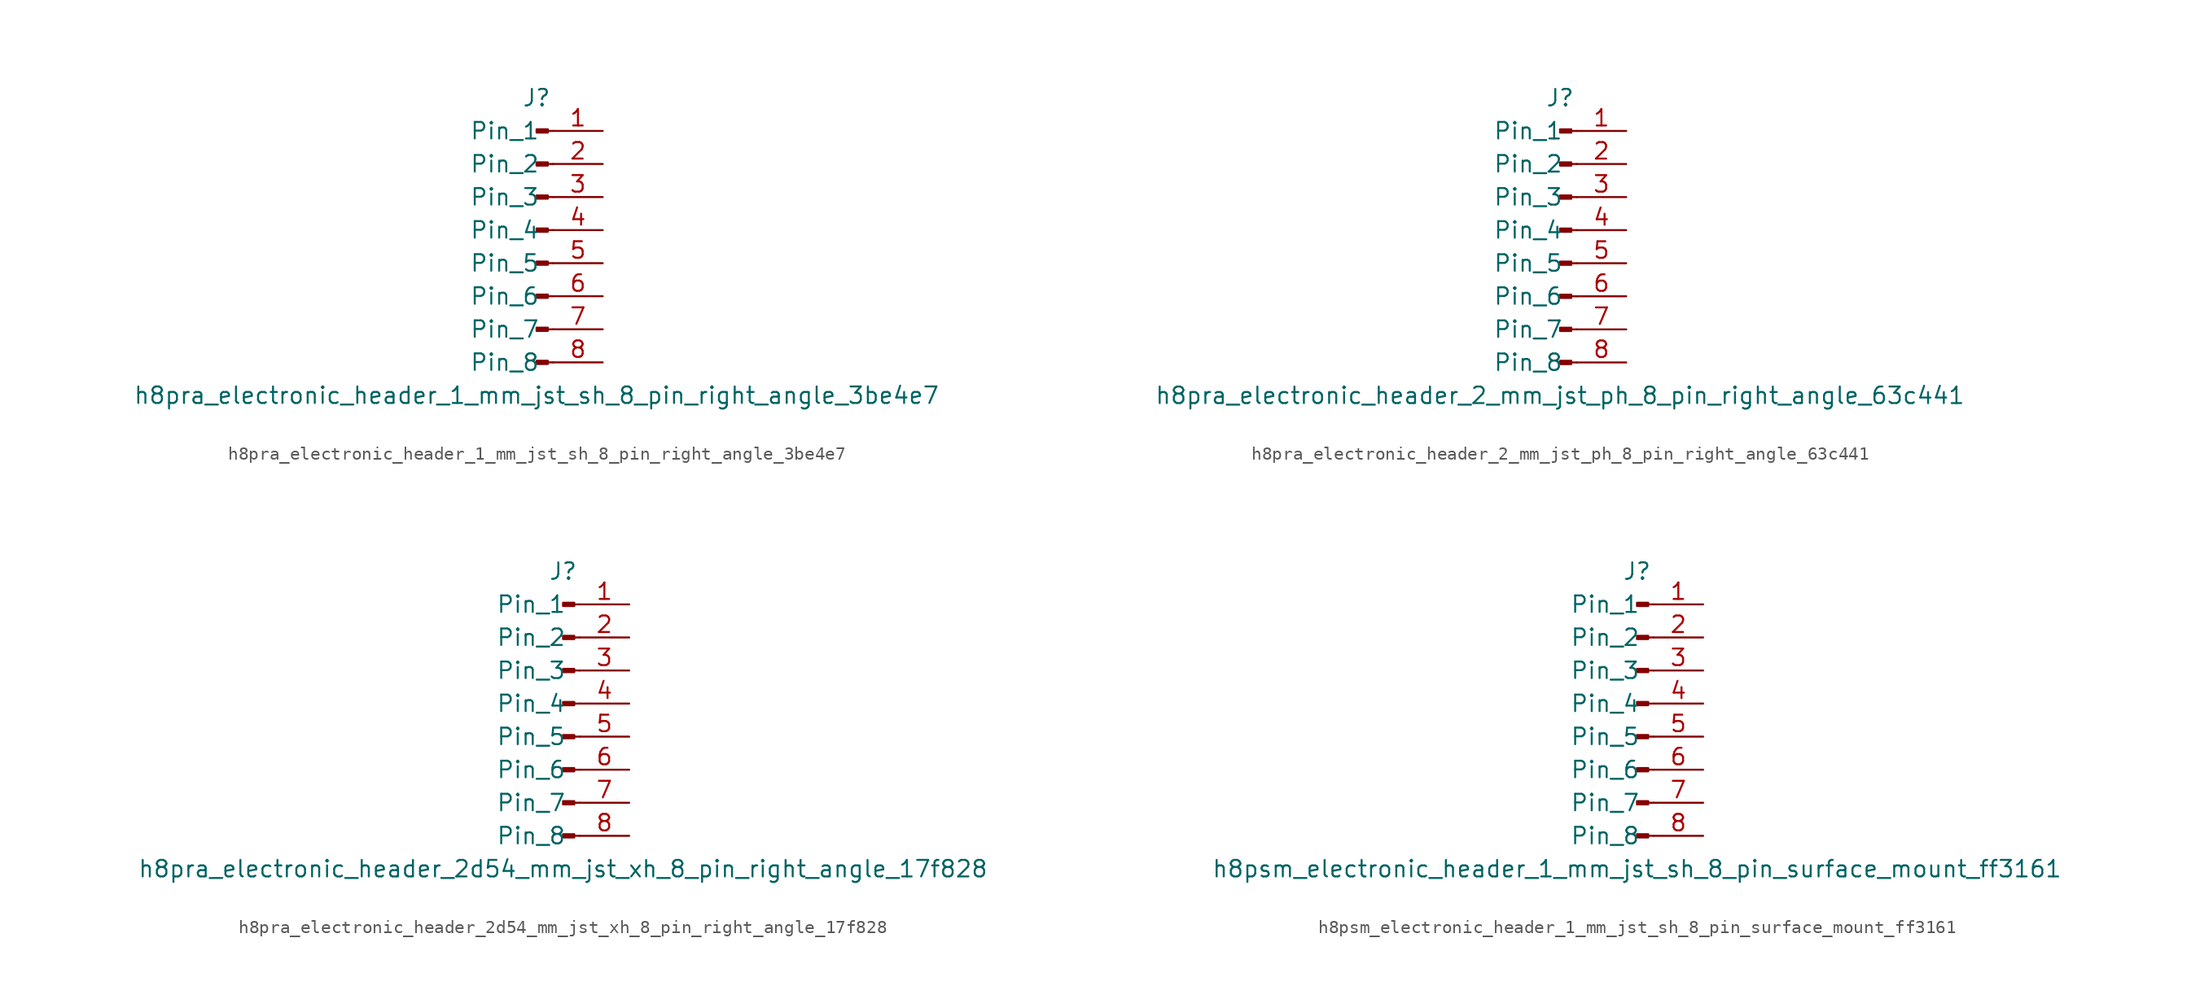
<source format=kicad_sym>
(kicad_symbol_lib
  (version 20220914)
  (generator kicad_symbol_editor)
  (symbol "h8pra_electronic_header_1_mm_jst_sh_8_pin_right_angle_3be4e7"
    (pin_names
      (offset 1.016))
    (property "Reference" "J"
      (at 0 10.16 0)
      (effects (font (size 1.27 1.27))))
    (property "Value" "h8pra_electronic_header_1_mm_jst_sh_8_pin_right_angle_3be4e7"
      (at 0 -12.7 0)
      (effects (font (size 1.27 1.27))))
    (property "ki_locked" ""
      (at 0 0 0)
      (effects (font (size 1.27 1.27))))
    (symbol "h8pra_electronic_header_1_mm_jst_sh_8_pin_right_angle_3be4e7_1_1"
      (polyline (pts (xy 1.27 -10.16) (xy 0.864 -10.16)) (stroke (width 0.152) (type default)) (fill (type none)))
      (polyline (pts (xy 1.27 -7.62) (xy 0.864 -7.62)) (stroke (width 0.152) (type default)) (fill (type none)))
      (polyline (pts (xy 1.27 -5.08) (xy 0.864 -5.08)) (stroke (width 0.152) (type default)) (fill (type none)))
      (polyline (pts (xy 1.27 -2.54) (xy 0.864 -2.54)) (stroke (width 0.152) (type default)) (fill (type none)))
      (polyline (pts (xy 1.27 0) (xy 0.864 0)) (stroke (width 0.152) (type default)) (fill (type none)))
      (polyline (pts (xy 1.27 2.54) (xy 0.864 2.54)) (stroke (width 0.152) (type default)) (fill (type none)))
      (polyline (pts (xy 1.27 5.08) (xy 0.864 5.08)) (stroke (width 0.152) (type default)) (fill (type none)))
      (polyline (pts (xy 1.27 7.62) (xy 0.864 7.62)) (stroke (width 0.152) (type default)) (fill (type none)))
      (rectangle (start 0.864 -10.033) (end 0 -10.287) (stroke (width 0.152) (type default)) (fill (type outline)))
      (rectangle (start 0.864 -7.493) (end 0 -7.747) (stroke (width 0.152) (type default)) (fill (type outline)))
      (rectangle (start 0.864 -4.953) (end 0 -5.207) (stroke (width 0.152) (type default)) (fill (type outline)))
      (rectangle (start 0.864 -2.413) (end 0 -2.667) (stroke (width 0.152) (type default)) (fill (type outline)))
      (rectangle (start 0.864 0.127) (end 0 -0.127) (stroke (width 0.152) (type default)) (fill (type outline)))
      (rectangle (start 0.864 2.667) (end 0 2.413) (stroke (width 0.152) (type default)) (fill (type outline)))
      (rectangle (start 0.864 5.207) (end 0 4.953) (stroke (width 0.152) (type default)) (fill (type outline)))
      (rectangle (start 0.864 7.747) (end 0 7.493) (stroke (width 0.152) (type default)) (fill (type outline)))
      (pin passive line (at 5.08 7.62 180) (length 3.81) (name "Pin_1" (effects (font (size 1.27 1.27)))) (number "1" (effects (font (size 1.27 1.27)))))
      (pin passive line (at 5.08 5.08 180) (length 3.81) (name "Pin_2" (effects (font (size 1.27 1.27)))) (number "2" (effects (font (size 1.27 1.27)))))
      (pin passive line (at 5.08 2.54 180) (length 3.81) (name "Pin_3" (effects (font (size 1.27 1.27)))) (number "3" (effects (font (size 1.27 1.27)))))
      (pin passive line (at 5.08 0 180) (length 3.81) (name "Pin_4" (effects (font (size 1.27 1.27)))) (number "4" (effects (font (size 1.27 1.27)))))
      (pin passive line (at 5.08 -2.54 180) (length 3.81) (name "Pin_5" (effects (font (size 1.27 1.27)))) (number "5" (effects (font (size 1.27 1.27)))))
      (pin passive line (at 5.08 -5.08 180) (length 3.81) (name "Pin_6" (effects (font (size 1.27 1.27)))) (number "6" (effects (font (size 1.27 1.27)))))
      (pin passive line (at 5.08 -7.62 180) (length 3.81) (name "Pin_7" (effects (font (size 1.27 1.27)))) (number "7" (effects (font (size 1.27 1.27)))))
      (pin passive line (at 5.08 -10.16 180) (length 3.81) (name "Pin_8" (effects (font (size 1.27 1.27)))) (number "8" (effects (font (size 1.27 1.27)))))))
  (symbol "h8pra_electronic_header_2_mm_jst_ph_8_pin_right_angle_63c441"
    (pin_names
      (offset 1.016))
    (property "Reference" "J"
      (at 0 10.16 0)
      (effects (font (size 1.27 1.27))))
    (property "Value" "h8pra_electronic_header_2_mm_jst_ph_8_pin_right_angle_63c441"
      (at 0 -12.7 0)
      (effects (font (size 1.27 1.27))))
    (property "ki_locked" ""
      (at 0 0 0)
      (effects (font (size 1.27 1.27))))
    (symbol "h8pra_electronic_header_2_mm_jst_ph_8_pin_right_angle_63c441_1_1"
      (polyline (pts (xy 1.27 -10.16) (xy 0.864 -10.16)) (stroke (width 0.152) (type default)) (fill (type none)))
      (polyline (pts (xy 1.27 -7.62) (xy 0.864 -7.62)) (stroke (width 0.152) (type default)) (fill (type none)))
      (polyline (pts (xy 1.27 -5.08) (xy 0.864 -5.08)) (stroke (width 0.152) (type default)) (fill (type none)))
      (polyline (pts (xy 1.27 -2.54) (xy 0.864 -2.54)) (stroke (width 0.152) (type default)) (fill (type none)))
      (polyline (pts (xy 1.27 0) (xy 0.864 0)) (stroke (width 0.152) (type default)) (fill (type none)))
      (polyline (pts (xy 1.27 2.54) (xy 0.864 2.54)) (stroke (width 0.152) (type default)) (fill (type none)))
      (polyline (pts (xy 1.27 5.08) (xy 0.864 5.08)) (stroke (width 0.152) (type default)) (fill (type none)))
      (polyline (pts (xy 1.27 7.62) (xy 0.864 7.62)) (stroke (width 0.152) (type default)) (fill (type none)))
      (rectangle (start 0.864 -10.033) (end 0 -10.287) (stroke (width 0.152) (type default)) (fill (type outline)))
      (rectangle (start 0.864 -7.493) (end 0 -7.747) (stroke (width 0.152) (type default)) (fill (type outline)))
      (rectangle (start 0.864 -4.953) (end 0 -5.207) (stroke (width 0.152) (type default)) (fill (type outline)))
      (rectangle (start 0.864 -2.413) (end 0 -2.667) (stroke (width 0.152) (type default)) (fill (type outline)))
      (rectangle (start 0.864 0.127) (end 0 -0.127) (stroke (width 0.152) (type default)) (fill (type outline)))
      (rectangle (start 0.864 2.667) (end 0 2.413) (stroke (width 0.152) (type default)) (fill (type outline)))
      (rectangle (start 0.864 5.207) (end 0 4.953) (stroke (width 0.152) (type default)) (fill (type outline)))
      (rectangle (start 0.864 7.747) (end 0 7.493) (stroke (width 0.152) (type default)) (fill (type outline)))
      (pin passive line (at 5.08 7.62 180) (length 3.81) (name "Pin_1" (effects (font (size 1.27 1.27)))) (number "1" (effects (font (size 1.27 1.27)))))
      (pin passive line (at 5.08 5.08 180) (length 3.81) (name "Pin_2" (effects (font (size 1.27 1.27)))) (number "2" (effects (font (size 1.27 1.27)))))
      (pin passive line (at 5.08 2.54 180) (length 3.81) (name "Pin_3" (effects (font (size 1.27 1.27)))) (number "3" (effects (font (size 1.27 1.27)))))
      (pin passive line (at 5.08 0 180) (length 3.81) (name "Pin_4" (effects (font (size 1.27 1.27)))) (number "4" (effects (font (size 1.27 1.27)))))
      (pin passive line (at 5.08 -2.54 180) (length 3.81) (name "Pin_5" (effects (font (size 1.27 1.27)))) (number "5" (effects (font (size 1.27 1.27)))))
      (pin passive line (at 5.08 -5.08 180) (length 3.81) (name "Pin_6" (effects (font (size 1.27 1.27)))) (number "6" (effects (font (size 1.27 1.27)))))
      (pin passive line (at 5.08 -7.62 180) (length 3.81) (name "Pin_7" (effects (font (size 1.27 1.27)))) (number "7" (effects (font (size 1.27 1.27)))))
      (pin passive line (at 5.08 -10.16 180) (length 3.81) (name "Pin_8" (effects (font (size 1.27 1.27)))) (number "8" (effects (font (size 1.27 1.27)))))))
  (symbol "h8pra_electronic_header_2d54_mm_jst_xh_8_pin_right_angle_17f828"
    (pin_names
      (offset 1.016))
    (property "Reference" "J"
      (at 0 10.16 0)
      (effects (font (size 1.27 1.27))))
    (property "Value" "h8pra_electronic_header_2d54_mm_jst_xh_8_pin_right_angle_17f828"
      (at 0 -12.7 0)
      (effects (font (size 1.27 1.27))))
    (property "ki_locked" ""
      (at 0 0 0)
      (effects (font (size 1.27 1.27))))
    (symbol "h8pra_electronic_header_2d54_mm_jst_xh_8_pin_right_angle_17f828_1_1"
      (polyline (pts (xy 1.27 -10.16) (xy 0.864 -10.16)) (stroke (width 0.152) (type default)) (fill (type none)))
      (polyline (pts (xy 1.27 -7.62) (xy 0.864 -7.62)) (stroke (width 0.152) (type default)) (fill (type none)))
      (polyline (pts (xy 1.27 -5.08) (xy 0.864 -5.08)) (stroke (width 0.152) (type default)) (fill (type none)))
      (polyline (pts (xy 1.27 -2.54) (xy 0.864 -2.54)) (stroke (width 0.152) (type default)) (fill (type none)))
      (polyline (pts (xy 1.27 0) (xy 0.864 0)) (stroke (width 0.152) (type default)) (fill (type none)))
      (polyline (pts (xy 1.27 2.54) (xy 0.864 2.54)) (stroke (width 0.152) (type default)) (fill (type none)))
      (polyline (pts (xy 1.27 5.08) (xy 0.864 5.08)) (stroke (width 0.152) (type default)) (fill (type none)))
      (polyline (pts (xy 1.27 7.62) (xy 0.864 7.62)) (stroke (width 0.152) (type default)) (fill (type none)))
      (rectangle (start 0.864 -10.033) (end 0 -10.287) (stroke (width 0.152) (type default)) (fill (type outline)))
      (rectangle (start 0.864 -7.493) (end 0 -7.747) (stroke (width 0.152) (type default)) (fill (type outline)))
      (rectangle (start 0.864 -4.953) (end 0 -5.207) (stroke (width 0.152) (type default)) (fill (type outline)))
      (rectangle (start 0.864 -2.413) (end 0 -2.667) (stroke (width 0.152) (type default)) (fill (type outline)))
      (rectangle (start 0.864 0.127) (end 0 -0.127) (stroke (width 0.152) (type default)) (fill (type outline)))
      (rectangle (start 0.864 2.667) (end 0 2.413) (stroke (width 0.152) (type default)) (fill (type outline)))
      (rectangle (start 0.864 5.207) (end 0 4.953) (stroke (width 0.152) (type default)) (fill (type outline)))
      (rectangle (start 0.864 7.747) (end 0 7.493) (stroke (width 0.152) (type default)) (fill (type outline)))
      (pin passive line (at 5.08 7.62 180) (length 3.81) (name "Pin_1" (effects (font (size 1.27 1.27)))) (number "1" (effects (font (size 1.27 1.27)))))
      (pin passive line (at 5.08 5.08 180) (length 3.81) (name "Pin_2" (effects (font (size 1.27 1.27)))) (number "2" (effects (font (size 1.27 1.27)))))
      (pin passive line (at 5.08 2.54 180) (length 3.81) (name "Pin_3" (effects (font (size 1.27 1.27)))) (number "3" (effects (font (size 1.27 1.27)))))
      (pin passive line (at 5.08 0 180) (length 3.81) (name "Pin_4" (effects (font (size 1.27 1.27)))) (number "4" (effects (font (size 1.27 1.27)))))
      (pin passive line (at 5.08 -2.54 180) (length 3.81) (name "Pin_5" (effects (font (size 1.27 1.27)))) (number "5" (effects (font (size 1.27 1.27)))))
      (pin passive line (at 5.08 -5.08 180) (length 3.81) (name "Pin_6" (effects (font (size 1.27 1.27)))) (number "6" (effects (font (size 1.27 1.27)))))
      (pin passive line (at 5.08 -7.62 180) (length 3.81) (name "Pin_7" (effects (font (size 1.27 1.27)))) (number "7" (effects (font (size 1.27 1.27)))))
      (pin passive line (at 5.08 -10.16 180) (length 3.81) (name "Pin_8" (effects (font (size 1.27 1.27)))) (number "8" (effects (font (size 1.27 1.27)))))))
  (symbol "h8psm_electronic_header_1_mm_jst_sh_8_pin_surface_mount_ff3161"
    (pin_names
      (offset 1.016))
    (property "Reference" "J"
      (at 0 10.16 0)
      (effects (font (size 1.27 1.27))))
    (property "Value" "h8psm_electronic_header_1_mm_jst_sh_8_pin_surface_mount_ff3161"
      (at 0 -12.7 0)
      (effects (font (size 1.27 1.27))))
    (property "ki_locked" ""
      (at 0 0 0)
      (effects (font (size 1.27 1.27))))
    (symbol "h8psm_electronic_header_1_mm_jst_sh_8_pin_surface_mount_ff3161_1_1"
      (polyline (pts (xy 1.27 -10.16) (xy 0.864 -10.16)) (stroke (width 0.152) (type default)) (fill (type none)))
      (polyline (pts (xy 1.27 -7.62) (xy 0.864 -7.62)) (stroke (width 0.152) (type default)) (fill (type none)))
      (polyline (pts (xy 1.27 -5.08) (xy 0.864 -5.08)) (stroke (width 0.152) (type default)) (fill (type none)))
      (polyline (pts (xy 1.27 -2.54) (xy 0.864 -2.54)) (stroke (width 0.152) (type default)) (fill (type none)))
      (polyline (pts (xy 1.27 0) (xy 0.864 0)) (stroke (width 0.152) (type default)) (fill (type none)))
      (polyline (pts (xy 1.27 2.54) (xy 0.864 2.54)) (stroke (width 0.152) (type default)) (fill (type none)))
      (polyline (pts (xy 1.27 5.08) (xy 0.864 5.08)) (stroke (width 0.152) (type default)) (fill (type none)))
      (polyline (pts (xy 1.27 7.62) (xy 0.864 7.62)) (stroke (width 0.152) (type default)) (fill (type none)))
      (rectangle (start 0.864 -10.033) (end 0 -10.287) (stroke (width 0.152) (type default)) (fill (type outline)))
      (rectangle (start 0.864 -7.493) (end 0 -7.747) (stroke (width 0.152) (type default)) (fill (type outline)))
      (rectangle (start 0.864 -4.953) (end 0 -5.207) (stroke (width 0.152) (type default)) (fill (type outline)))
      (rectangle (start 0.864 -2.413) (end 0 -2.667) (stroke (width 0.152) (type default)) (fill (type outline)))
      (rectangle (start 0.864 0.127) (end 0 -0.127) (stroke (width 0.152) (type default)) (fill (type outline)))
      (rectangle (start 0.864 2.667) (end 0 2.413) (stroke (width 0.152) (type default)) (fill (type outline)))
      (rectangle (start 0.864 5.207) (end 0 4.953) (stroke (width 0.152) (type default)) (fill (type outline)))
      (rectangle (start 0.864 7.747) (end 0 7.493) (stroke (width 0.152) (type default)) (fill (type outline)))
      (pin passive line (at 5.08 7.62 180) (length 3.81) (name "Pin_1" (effects (font (size 1.27 1.27)))) (number "1" (effects (font (size 1.27 1.27)))))
      (pin passive line (at 5.08 5.08 180) (length 3.81) (name "Pin_2" (effects (font (size 1.27 1.27)))) (number "2" (effects (font (size 1.27 1.27)))))
      (pin passive line (at 5.08 2.54 180) (length 3.81) (name "Pin_3" (effects (font (size 1.27 1.27)))) (number "3" (effects (font (size 1.27 1.27)))))
      (pin passive line (at 5.08 0 180) (length 3.81) (name "Pin_4" (effects (font (size 1.27 1.27)))) (number "4" (effects (font (size 1.27 1.27)))))
      (pin passive line (at 5.08 -2.54 180) (length 3.81) (name "Pin_5" (effects (font (size 1.27 1.27)))) (number "5" (effects (font (size 1.27 1.27)))))
      (pin passive line (at 5.08 -5.08 180) (length 3.81) (name "Pin_6" (effects (font (size 1.27 1.27)))) (number "6" (effects (font (size 1.27 1.27)))))
      (pin passive line (at 5.08 -7.62 180) (length 3.81) (name "Pin_7" (effects (font (size 1.27 1.27)))) (number "7" (effects (font (size 1.27 1.27)))))
      (pin passive line (at 5.08 -10.16 180) (length 3.81) (name "Pin_8" (effects (font (size 1.27 1.27)))) (number "8" (effects (font (size 1.27 1.27))))))))
</source>
